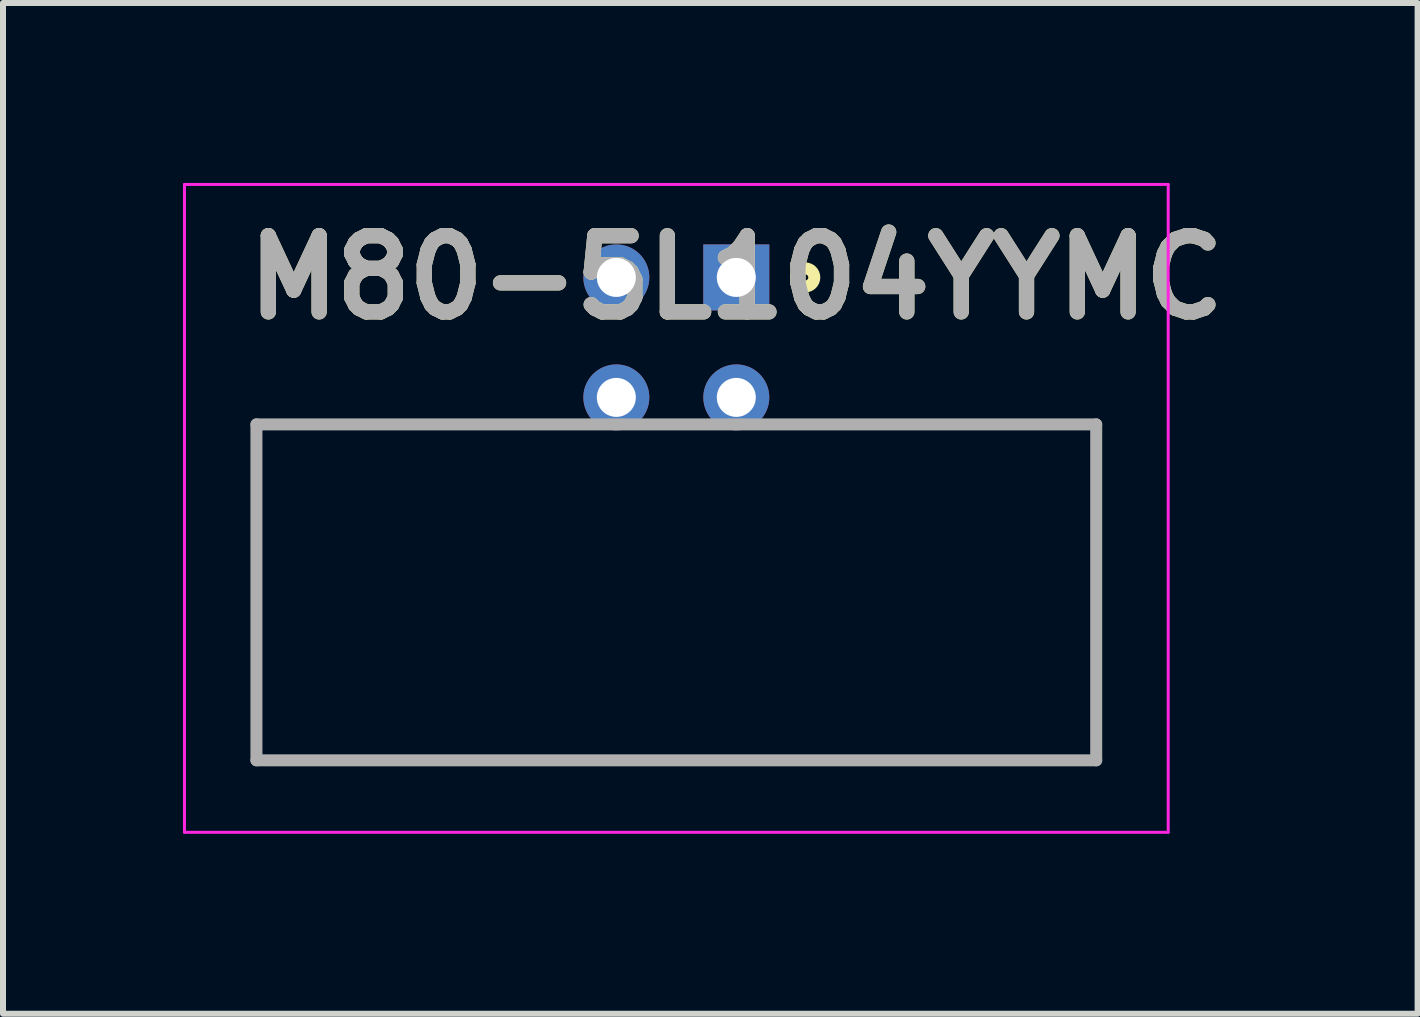
<source format=kicad_pcb>
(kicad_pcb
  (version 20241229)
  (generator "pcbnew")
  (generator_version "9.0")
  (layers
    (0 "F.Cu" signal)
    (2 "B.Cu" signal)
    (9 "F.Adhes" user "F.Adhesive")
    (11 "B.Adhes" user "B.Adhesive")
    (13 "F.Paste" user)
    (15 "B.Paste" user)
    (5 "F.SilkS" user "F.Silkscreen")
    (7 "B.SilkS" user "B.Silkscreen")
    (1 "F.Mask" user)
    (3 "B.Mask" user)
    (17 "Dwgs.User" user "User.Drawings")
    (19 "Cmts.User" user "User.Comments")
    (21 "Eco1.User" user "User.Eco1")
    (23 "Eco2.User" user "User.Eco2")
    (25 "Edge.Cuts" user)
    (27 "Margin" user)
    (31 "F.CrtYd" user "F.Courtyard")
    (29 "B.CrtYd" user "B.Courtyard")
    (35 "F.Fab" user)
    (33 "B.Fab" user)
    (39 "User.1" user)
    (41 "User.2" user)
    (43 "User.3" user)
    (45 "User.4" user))
  (footprint "M80-5L104YYMC"
    (layer "F.Cu")
    (at 9.225 1.575)
    (property "Reference" "M80-5L104YYMC" (at 0 0 0) (layer "F.SilkS") (effects (font (size 1.27 1.27) (thickness 0.254))))
    (attr through_hole)
    (fp_line (start -8 8.05) (end -8 2.45) (stroke (width 0.1) (type solid)) (layer "F.SilkS"))
    (fp_line (start 6 2.45) (end 6 8.05) (stroke (width 0.1) (type solid)) (layer "F.SilkS"))
    (fp_line (start 6 8.05) (end -8 8.05) (stroke (width 0.1) (type solid)) (layer "F.SilkS"))
    (fp_circle (center 1.15 0) (end 1.15 0.05) (stroke (width 0.2) (type solid)) (fill no) (layer "F.SilkS"))
    (fp_line (start -9.2 -1.55) (end 7.2 -1.55) (stroke (width 0.05) (type solid)) (layer "F.CrtYd"))
    (fp_line (start -9.2 9.25) (end -9.2 -1.55) (stroke (width 0.05) (type solid)) (layer "F.CrtYd"))
    (fp_line (start 7.2 -1.55) (end 7.2 9.25) (stroke (width 0.05) (type solid)) (layer "F.CrtYd"))
    (fp_line (start 7.2 9.25) (end -9.2 9.25) (stroke (width 0.05) (type solid)) (layer "F.CrtYd"))
    (fp_line (start -8 2.45) (end 6 2.45) (stroke (width 0.2) (type solid)) (layer "F.Fab"))
    (fp_line (start -8 8.05) (end -8 2.45) (stroke (width 0.2) (type solid)) (layer "F.Fab"))
    (fp_line (start 6 2.45) (end 6 8.05) (stroke (width 0.2) (type solid)) (layer "F.Fab"))
    (fp_line (start 6 8.05) (end -8 8.05) (stroke (width 0.2) (type solid)) (layer "F.Fab"))
    (fp_text user "${REFERENCE}" (at 0 0 0) (layer "F.Fab") (effects (font (size 1.27 1.27) (thickness 0.254))))
    (pad "1" thru_hole rect (at 0 0) (size 1.1 1.1) (drill 0.65) (layers "*.Cu" "*.Mask"))
    (pad "2" thru_hole circle (at -2 0) (size 1.1 1.1) (drill 0.65) (layers "*.Cu" "*.Mask"))
    (pad "3" thru_hole circle (at 0 2) (size 1.1 1.1) (drill 0.65) (layers "*.Cu" "*.Mask"))
    (pad "4" thru_hole circle (at -2 2) (size 1.1 1.1) (drill 0.65) (layers "*.Cu" "*.Mask")))
  (gr_rect
    (start -3 -3)
    (end 20.583 13.85)
    (stroke (width 0.1) (type default))
    (fill no)
    (layer "Edge.Cuts")))
</source>
